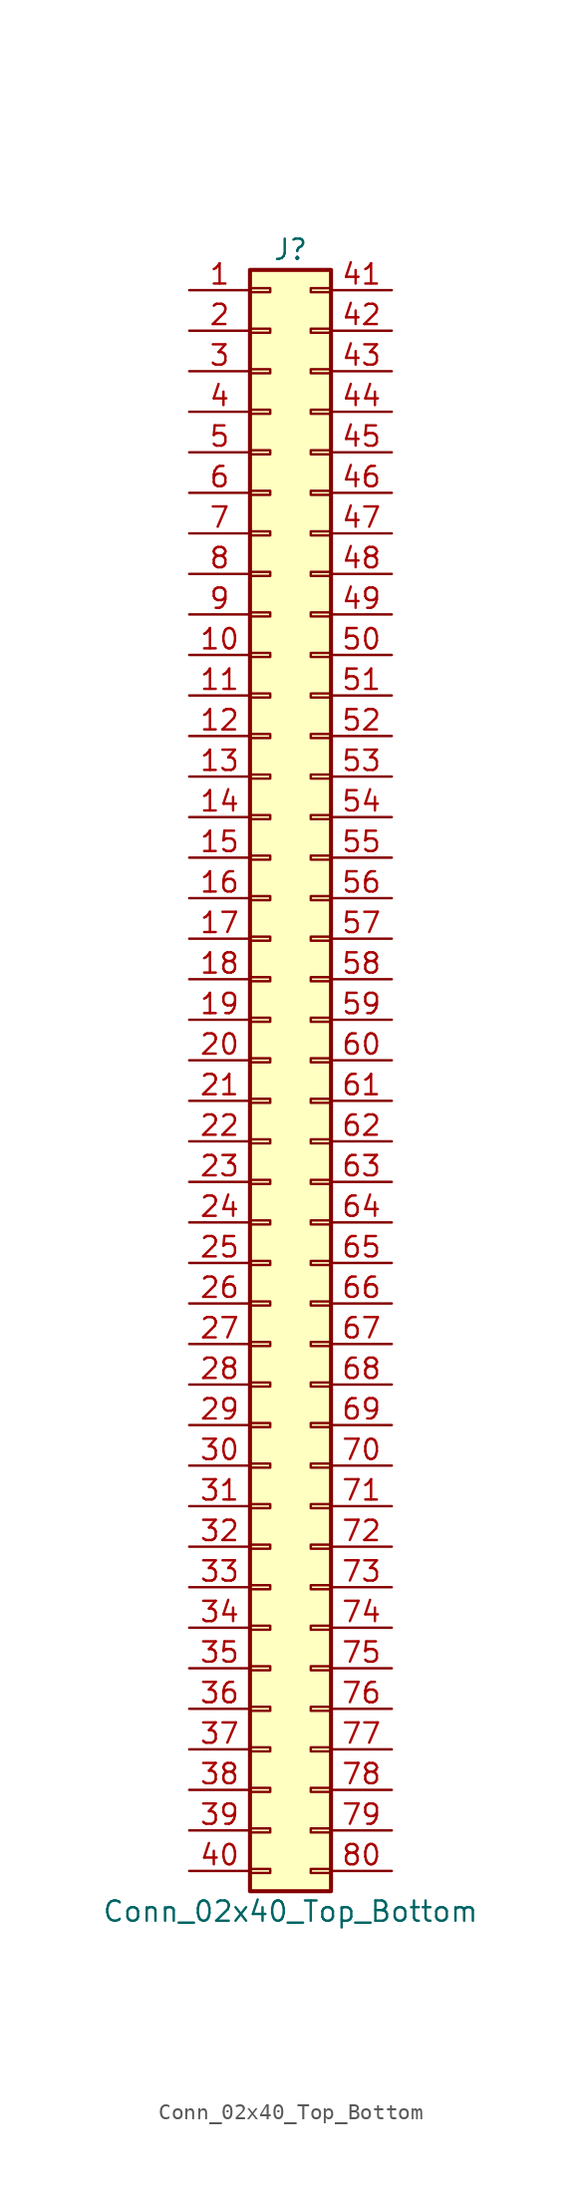
<source format=kicad_sym>
(kicad_symbol_lib
  (version 20201005)
  (generator kicad_symbol_editor)
  (symbol "Connector_Generic:Conn_02x40_Top_Bottom"
    (pin_names
      (offset 1.016) hide)
    (property "Reference" "J"
      (at 1.27 50.8 0)
      (effects (font (size 1.27 1.27))))
    (property "Value" "Conn_02x40_Top_Bottom"
      (at 1.27 -53.34 0)
      (effects (font (size 1.27 1.27))))
    (symbol "Conn_02x40_Top_Bottom_1_1"
      (rectangle (start -1.27 -27.813) (end 0 -28.067) (stroke (width 0.152)) (fill (type none)))
      (rectangle (start -1.27 -30.353) (end 0 -30.607) (stroke (width 0.152)) (fill (type none)))
      (rectangle (start -1.27 -32.893) (end 0 -33.147) (stroke (width 0.152)) (fill (type none)))
      (rectangle (start -1.27 -35.433) (end 0 -35.687) (stroke (width 0.152)) (fill (type none)))
      (rectangle (start -1.27 -37.973) (end 0 -38.227) (stroke (width 0.152)) (fill (type none)))
      (rectangle (start -1.27 -40.513) (end 0 -40.767) (stroke (width 0.152)) (fill (type none)))
      (rectangle (start -1.27 -43.053) (end 0 -43.307) (stroke (width 0.152)) (fill (type none)))
      (rectangle (start -1.27 -45.593) (end 0 -45.847) (stroke (width 0.152)) (fill (type none)))
      (rectangle (start -1.27 -48.133) (end 0 -48.387) (stroke (width 0.152)) (fill (type none)))
      (rectangle (start -1.27 -4.953) (end 0 -5.207) (stroke (width 0.152)) (fill (type none)))
      (rectangle (start -1.27 -50.673) (end 0 -50.927) (stroke (width 0.152)) (fill (type none)))
      (rectangle (start -1.27 -7.493) (end 0 -7.747) (stroke (width 0.152)) (fill (type none)))
      (rectangle (start -1.27 -10.033) (end 0 -10.287) (stroke (width 0.152)) (fill (type none)))
      (rectangle (start -1.27 -12.573) (end 0 -12.827) (stroke (width 0.152)) (fill (type none)))
      (rectangle (start -1.27 -15.113) (end 0 -15.367) (stroke (width 0.152)) (fill (type none)))
      (rectangle (start -1.27 -17.653) (end 0 -17.907) (stroke (width 0.152)) (fill (type none)))
      (rectangle (start -1.27 -20.193) (end 0 -20.447) (stroke (width 0.152)) (fill (type none)))
      (rectangle (start -1.27 -22.733) (end 0 -22.987) (stroke (width 0.152)) (fill (type none)))
      (rectangle (start -1.27 -2.413) (end 0 -2.667) (stroke (width 0.152)) (fill (type none)))
      (rectangle (start -1.27 -25.273) (end 0 -25.527) (stroke (width 0.152)) (fill (type none)))
      (rectangle (start -1.27 25.527) (end 0 25.273) (stroke (width 0.152)) (fill (type none)))
      (rectangle (start -1.27 2.667) (end 0 2.413) (stroke (width 0.152)) (fill (type none)))
      (rectangle (start -1.27 28.067) (end 0 27.813) (stroke (width 0.152)) (fill (type none)))
      (rectangle (start -1.27 30.607) (end 0 30.353) (stroke (width 0.152)) (fill (type none)))
      (rectangle (start -1.27 33.147) (end 0 32.893) (stroke (width 0.152)) (fill (type none)))
      (rectangle (start -1.27 35.687) (end 0 35.433) (stroke (width 0.152)) (fill (type none)))
      (rectangle (start -1.27 38.227) (end 0 37.973) (stroke (width 0.152)) (fill (type none)))
      (rectangle (start -1.27 40.767) (end 0 40.513) (stroke (width 0.152)) (fill (type none)))
      (rectangle (start -1.27 43.307) (end 0 43.053) (stroke (width 0.152)) (fill (type none)))
      (rectangle (start -1.27 45.847) (end 0 45.593) (stroke (width 0.152)) (fill (type none)))
      (rectangle (start -1.27 48.387) (end 0 48.133) (stroke (width 0.152)) (fill (type none)))
      (rectangle (start -1.27 49.53) (end 3.81 -52.07) (stroke (width 0.254)) (fill (type background)))
      (rectangle (start -1.27 5.207) (end 0 4.953) (stroke (width 0.152)) (fill (type none)))
      (rectangle (start -1.27 7.747) (end 0 7.493) (stroke (width 0.152)) (fill (type none)))
      (rectangle (start -1.27 10.287) (end 0 10.033) (stroke (width 0.152)) (fill (type none)))
      (rectangle (start -1.27 0.127) (end 0 -0.127) (stroke (width 0.152)) (fill (type none)))
      (rectangle (start -1.27 12.827) (end 0 12.573) (stroke (width 0.152)) (fill (type none)))
      (rectangle (start -1.27 15.367) (end 0 15.113) (stroke (width 0.152)) (fill (type none)))
      (rectangle (start -1.27 17.907) (end 0 17.653) (stroke (width 0.152)) (fill (type none)))
      (rectangle (start -1.27 20.447) (end 0 20.193) (stroke (width 0.152)) (fill (type none)))
      (rectangle (start -1.27 22.987) (end 0 22.733) (stroke (width 0.152)) (fill (type none)))
      (rectangle (start 3.81 -27.813) (end 2.54 -28.067) (stroke (width 0.152)) (fill (type none)))
      (rectangle (start 3.81 -30.353) (end 2.54 -30.607) (stroke (width 0.152)) (fill (type none)))
      (rectangle (start 3.81 -32.893) (end 2.54 -33.147) (stroke (width 0.152)) (fill (type none)))
      (rectangle (start 3.81 -35.433) (end 2.54 -35.687) (stroke (width 0.152)) (fill (type none)))
      (rectangle (start 3.81 -37.973) (end 2.54 -38.227) (stroke (width 0.152)) (fill (type none)))
      (rectangle (start 3.81 -40.513) (end 2.54 -40.767) (stroke (width 0.152)) (fill (type none)))
      (rectangle (start 3.81 -43.053) (end 2.54 -43.307) (stroke (width 0.152)) (fill (type none)))
      (rectangle (start 3.81 -45.593) (end 2.54 -45.847) (stroke (width 0.152)) (fill (type none)))
      (rectangle (start 3.81 -48.133) (end 2.54 -48.387) (stroke (width 0.152)) (fill (type none)))
      (rectangle (start 3.81 -4.953) (end 2.54 -5.207) (stroke (width 0.152)) (fill (type none)))
      (rectangle (start 3.81 -50.673) (end 2.54 -50.927) (stroke (width 0.152)) (fill (type none)))
      (rectangle (start 3.81 -7.493) (end 2.54 -7.747) (stroke (width 0.152)) (fill (type none)))
      (rectangle (start 3.81 -10.033) (end 2.54 -10.287) (stroke (width 0.152)) (fill (type none)))
      (rectangle (start 3.81 -12.573) (end 2.54 -12.827) (stroke (width 0.152)) (fill (type none)))
      (rectangle (start 3.81 -15.113) (end 2.54 -15.367) (stroke (width 0.152)) (fill (type none)))
      (rectangle (start 3.81 -17.653) (end 2.54 -17.907) (stroke (width 0.152)) (fill (type none)))
      (rectangle (start 3.81 -20.193) (end 2.54 -20.447) (stroke (width 0.152)) (fill (type none)))
      (rectangle (start 3.81 -22.733) (end 2.54 -22.987) (stroke (width 0.152)) (fill (type none)))
      (rectangle (start 3.81 -2.413) (end 2.54 -2.667) (stroke (width 0.152)) (fill (type none)))
      (rectangle (start 3.81 -25.273) (end 2.54 -25.527) (stroke (width 0.152)) (fill (type none)))
      (rectangle (start 3.81 25.527) (end 2.54 25.273) (stroke (width 0.152)) (fill (type none)))
      (rectangle (start 3.81 2.667) (end 2.54 2.413) (stroke (width 0.152)) (fill (type none)))
      (rectangle (start 3.81 28.067) (end 2.54 27.813) (stroke (width 0.152)) (fill (type none)))
      (rectangle (start 3.81 30.607) (end 2.54 30.353) (stroke (width 0.152)) (fill (type none)))
      (rectangle (start 3.81 33.147) (end 2.54 32.893) (stroke (width 0.152)) (fill (type none)))
      (rectangle (start 3.81 35.687) (end 2.54 35.433) (stroke (width 0.152)) (fill (type none)))
      (rectangle (start 3.81 38.227) (end 2.54 37.973) (stroke (width 0.152)) (fill (type none)))
      (rectangle (start 3.81 40.767) (end 2.54 40.513) (stroke (width 0.152)) (fill (type none)))
      (rectangle (start 3.81 43.307) (end 2.54 43.053) (stroke (width 0.152)) (fill (type none)))
      (rectangle (start 3.81 45.847) (end 2.54 45.593) (stroke (width 0.152)) (fill (type none)))
      (rectangle (start 3.81 48.387) (end 2.54 48.133) (stroke (width 0.152)) (fill (type none)))
      (rectangle (start 3.81 5.207) (end 2.54 4.953) (stroke (width 0.152)) (fill (type none)))
      (rectangle (start 3.81 7.747) (end 2.54 7.493) (stroke (width 0.152)) (fill (type none)))
      (rectangle (start 3.81 10.287) (end 2.54 10.033) (stroke (width 0.152)) (fill (type none)))
      (rectangle (start 3.81 0.127) (end 2.54 -0.127) (stroke (width 0.152)) (fill (type none)))
      (rectangle (start 3.81 12.827) (end 2.54 12.573) (stroke (width 0.152)) (fill (type none)))
      (rectangle (start 3.81 15.367) (end 2.54 15.113) (stroke (width 0.152)) (fill (type none)))
      (rectangle (start 3.81 17.907) (end 2.54 17.653) (stroke (width 0.152)) (fill (type none)))
      (rectangle (start 3.81 20.447) (end 2.54 20.193) (stroke (width 0.152)) (fill (type none)))
      (rectangle (start 3.81 22.987) (end 2.54 22.733) (stroke (width 0.152)) (fill (type none)))
      (pin passive line (at -5.08 48.26 0) (length 3.81) (name "Pin_1" (effects (font (size 1.27 1.27)))) (number "1" (effects (font (size 1.27 1.27)))))
      (pin passive line (at -5.08 25.4 0) (length 3.81) (name "Pin_10" (effects (font (size 1.27 1.27)))) (number "10" (effects (font (size 1.27 1.27)))))
      (pin passive line (at -5.08 22.86 0) (length 3.81) (name "Pin_11" (effects (font (size 1.27 1.27)))) (number "11" (effects (font (size 1.27 1.27)))))
      (pin passive line (at -5.08 20.32 0) (length 3.81) (name "Pin_12" (effects (font (size 1.27 1.27)))) (number "12" (effects (font (size 1.27 1.27)))))
      (pin passive line (at -5.08 17.78 0) (length 3.81) (name "Pin_13" (effects (font (size 1.27 1.27)))) (number "13" (effects (font (size 1.27 1.27)))))
      (pin passive line (at -5.08 15.24 0) (length 3.81) (name "Pin_14" (effects (font (size 1.27 1.27)))) (number "14" (effects (font (size 1.27 1.27)))))
      (pin passive line (at -5.08 12.7 0) (length 3.81) (name "Pin_15" (effects (font (size 1.27 1.27)))) (number "15" (effects (font (size 1.27 1.27)))))
      (pin passive line (at -5.08 10.16 0) (length 3.81) (name "Pin_16" (effects (font (size 1.27 1.27)))) (number "16" (effects (font (size 1.27 1.27)))))
      (pin passive line (at -5.08 7.62 0) (length 3.81) (name "Pin_17" (effects (font (size 1.27 1.27)))) (number "17" (effects (font (size 1.27 1.27)))))
      (pin passive line (at -5.08 5.08 0) (length 3.81) (name "Pin_18" (effects (font (size 1.27 1.27)))) (number "18" (effects (font (size 1.27 1.27)))))
      (pin passive line (at -5.08 2.54 0) (length 3.81) (name "Pin_19" (effects (font (size 1.27 1.27)))) (number "19" (effects (font (size 1.27 1.27)))))
      (pin passive line (at -5.08 45.72 0) (length 3.81) (name "Pin_2" (effects (font (size 1.27 1.27)))) (number "2" (effects (font (size 1.27 1.27)))))
      (pin passive line (at -5.08 0 0) (length 3.81) (name "Pin_20" (effects (font (size 1.27 1.27)))) (number "20" (effects (font (size 1.27 1.27)))))
      (pin passive line (at -5.08 -2.54 0) (length 3.81) (name "Pin_21" (effects (font (size 1.27 1.27)))) (number "21" (effects (font (size 1.27 1.27)))))
      (pin passive line (at -5.08 -5.08 0) (length 3.81) (name "Pin_22" (effects (font (size 1.27 1.27)))) (number "22" (effects (font (size 1.27 1.27)))))
      (pin passive line (at -5.08 -7.62 0) (length 3.81) (name "Pin_23" (effects (font (size 1.27 1.27)))) (number "23" (effects (font (size 1.27 1.27)))))
      (pin passive line (at -5.08 -10.16 0) (length 3.81) (name "Pin_24" (effects (font (size 1.27 1.27)))) (number "24" (effects (font (size 1.27 1.27)))))
      (pin passive line (at -5.08 -12.7 0) (length 3.81) (name "Pin_25" (effects (font (size 1.27 1.27)))) (number "25" (effects (font (size 1.27 1.27)))))
      (pin passive line (at -5.08 -15.24 0) (length 3.81) (name "Pin_26" (effects (font (size 1.27 1.27)))) (number "26" (effects (font (size 1.27 1.27)))))
      (pin passive line (at -5.08 -17.78 0) (length 3.81) (name "Pin_27" (effects (font (size 1.27 1.27)))) (number "27" (effects (font (size 1.27 1.27)))))
      (pin passive line (at -5.08 -20.32 0) (length 3.81) (name "Pin_28" (effects (font (size 1.27 1.27)))) (number "28" (effects (font (size 1.27 1.27)))))
      (pin passive line (at -5.08 -22.86 0) (length 3.81) (name "Pin_29" (effects (font (size 1.27 1.27)))) (number "29" (effects (font (size 1.27 1.27)))))
      (pin passive line (at -5.08 43.18 0) (length 3.81) (name "Pin_3" (effects (font (size 1.27 1.27)))) (number "3" (effects (font (size 1.27 1.27)))))
      (pin passive line (at -5.08 -25.4 0) (length 3.81) (name "Pin_30" (effects (font (size 1.27 1.27)))) (number "30" (effects (font (size 1.27 1.27)))))
      (pin passive line (at -5.08 -27.94 0) (length 3.81) (name "Pin_31" (effects (font (size 1.27 1.27)))) (number "31" (effects (font (size 1.27 1.27)))))
      (pin passive line (at -5.08 -30.48 0) (length 3.81) (name "Pin_32" (effects (font (size 1.27 1.27)))) (number "32" (effects (font (size 1.27 1.27)))))
      (pin passive line (at -5.08 -33.02 0) (length 3.81) (name "Pin_33" (effects (font (size 1.27 1.27)))) (number "33" (effects (font (size 1.27 1.27)))))
      (pin passive line (at -5.08 -35.56 0) (length 3.81) (name "Pin_34" (effects (font (size 1.27 1.27)))) (number "34" (effects (font (size 1.27 1.27)))))
      (pin passive line (at -5.08 -38.1 0) (length 3.81) (name "Pin_35" (effects (font (size 1.27 1.27)))) (number "35" (effects (font (size 1.27 1.27)))))
      (pin passive line (at -5.08 -40.64 0) (length 3.81) (name "Pin_36" (effects (font (size 1.27 1.27)))) (number "36" (effects (font (size 1.27 1.27)))))
      (pin passive line (at -5.08 -43.18 0) (length 3.81) (name "Pin_37" (effects (font (size 1.27 1.27)))) (number "37" (effects (font (size 1.27 1.27)))))
      (pin passive line (at -5.08 -45.72 0) (length 3.81) (name "Pin_38" (effects (font (size 1.27 1.27)))) (number "38" (effects (font (size 1.27 1.27)))))
      (pin passive line (at -5.08 -48.26 0) (length 3.81) (name "Pin_39" (effects (font (size 1.27 1.27)))) (number "39" (effects (font (size 1.27 1.27)))))
      (pin passive line (at -5.08 40.64 0) (length 3.81) (name "Pin_4" (effects (font (size 1.27 1.27)))) (number "4" (effects (font (size 1.27 1.27)))))
      (pin passive line (at -5.08 -50.8 0) (length 3.81) (name "Pin_40" (effects (font (size 1.27 1.27)))) (number "40" (effects (font (size 1.27 1.27)))))
      (pin passive line (at 7.62 48.26 180) (length 3.81) (name "Pin_41" (effects (font (size 1.27 1.27)))) (number "41" (effects (font (size 1.27 1.27)))))
      (pin passive line (at 7.62 45.72 180) (length 3.81) (name "Pin_42" (effects (font (size 1.27 1.27)))) (number "42" (effects (font (size 1.27 1.27)))))
      (pin passive line (at 7.62 43.18 180) (length 3.81) (name "Pin_43" (effects (font (size 1.27 1.27)))) (number "43" (effects (font (size 1.27 1.27)))))
      (pin passive line (at 7.62 40.64 180) (length 3.81) (name "Pin_44" (effects (font (size 1.27 1.27)))) (number "44" (effects (font (size 1.27 1.27)))))
      (pin passive line (at 7.62 38.1 180) (length 3.81) (name "Pin_45" (effects (font (size 1.27 1.27)))) (number "45" (effects (font (size 1.27 1.27)))))
      (pin passive line (at 7.62 35.56 180) (length 3.81) (name "Pin_46" (effects (font (size 1.27 1.27)))) (number "46" (effects (font (size 1.27 1.27)))))
      (pin passive line (at 7.62 33.02 180) (length 3.81) (name "Pin_47" (effects (font (size 1.27 1.27)))) (number "47" (effects (font (size 1.27 1.27)))))
      (pin passive line (at 7.62 30.48 180) (length 3.81) (name "Pin_48" (effects (font (size 1.27 1.27)))) (number "48" (effects (font (size 1.27 1.27)))))
      (pin passive line (at 7.62 27.94 180) (length 3.81) (name "Pin_49" (effects (font (size 1.27 1.27)))) (number "49" (effects (font (size 1.27 1.27)))))
      (pin passive line (at -5.08 38.1 0) (length 3.81) (name "Pin_5" (effects (font (size 1.27 1.27)))) (number "5" (effects (font (size 1.27 1.27)))))
      (pin passive line (at 7.62 25.4 180) (length 3.81) (name "Pin_50" (effects (font (size 1.27 1.27)))) (number "50" (effects (font (size 1.27 1.27)))))
      (pin passive line (at 7.62 22.86 180) (length 3.81) (name "Pin_51" (effects (font (size 1.27 1.27)))) (number "51" (effects (font (size 1.27 1.27)))))
      (pin passive line (at 7.62 20.32 180) (length 3.81) (name "Pin_52" (effects (font (size 1.27 1.27)))) (number "52" (effects (font (size 1.27 1.27)))))
      (pin passive line (at 7.62 17.78 180) (length 3.81) (name "Pin_53" (effects (font (size 1.27 1.27)))) (number "53" (effects (font (size 1.27 1.27)))))
      (pin passive line (at 7.62 15.24 180) (length 3.81) (name "Pin_54" (effects (font (size 1.27 1.27)))) (number "54" (effects (font (size 1.27 1.27)))))
      (pin passive line (at 7.62 12.7 180) (length 3.81) (name "Pin_55" (effects (font (size 1.27 1.27)))) (number "55" (effects (font (size 1.27 1.27)))))
      (pin passive line (at 7.62 10.16 180) (length 3.81) (name "Pin_56" (effects (font (size 1.27 1.27)))) (number "56" (effects (font (size 1.27 1.27)))))
      (pin passive line (at 7.62 7.62 180) (length 3.81) (name "Pin_57" (effects (font (size 1.27 1.27)))) (number "57" (effects (font (size 1.27 1.27)))))
      (pin passive line (at 7.62 5.08 180) (length 3.81) (name "Pin_58" (effects (font (size 1.27 1.27)))) (number "58" (effects (font (size 1.27 1.27)))))
      (pin passive line (at 7.62 2.54 180) (length 3.81) (name "Pin_59" (effects (font (size 1.27 1.27)))) (number "59" (effects (font (size 1.27 1.27)))))
      (pin passive line (at -5.08 35.56 0) (length 3.81) (name "Pin_6" (effects (font (size 1.27 1.27)))) (number "6" (effects (font (size 1.27 1.27)))))
      (pin passive line (at 7.62 0 180) (length 3.81) (name "Pin_60" (effects (font (size 1.27 1.27)))) (number "60" (effects (font (size 1.27 1.27)))))
      (pin passive line (at 7.62 -2.54 180) (length 3.81) (name "Pin_61" (effects (font (size 1.27 1.27)))) (number "61" (effects (font (size 1.27 1.27)))))
      (pin passive line (at 7.62 -5.08 180) (length 3.81) (name "Pin_62" (effects (font (size 1.27 1.27)))) (number "62" (effects (font (size 1.27 1.27)))))
      (pin passive line (at 7.62 -7.62 180) (length 3.81) (name "Pin_63" (effects (font (size 1.27 1.27)))) (number "63" (effects (font (size 1.27 1.27)))))
      (pin passive line (at 7.62 -10.16 180) (length 3.81) (name "Pin_64" (effects (font (size 1.27 1.27)))) (number "64" (effects (font (size 1.27 1.27)))))
      (pin passive line (at 7.62 -12.7 180) (length 3.81) (name "Pin_65" (effects (font (size 1.27 1.27)))) (number "65" (effects (font (size 1.27 1.27)))))
      (pin passive line (at 7.62 -15.24 180) (length 3.81) (name "Pin_66" (effects (font (size 1.27 1.27)))) (number "66" (effects (font (size 1.27 1.27)))))
      (pin passive line (at 7.62 -17.78 180) (length 3.81) (name "Pin_67" (effects (font (size 1.27 1.27)))) (number "67" (effects (font (size 1.27 1.27)))))
      (pin passive line (at 7.62 -20.32 180) (length 3.81) (name "Pin_68" (effects (font (size 1.27 1.27)))) (number "68" (effects (font (size 1.27 1.27)))))
      (pin passive line (at 7.62 -22.86 180) (length 3.81) (name "Pin_69" (effects (font (size 1.27 1.27)))) (number "69" (effects (font (size 1.27 1.27)))))
      (pin passive line (at -5.08 33.02 0) (length 3.81) (name "Pin_7" (effects (font (size 1.27 1.27)))) (number "7" (effects (font (size 1.27 1.27)))))
      (pin passive line (at 7.62 -25.4 180) (length 3.81) (name "Pin_70" (effects (font (size 1.27 1.27)))) (number "70" (effects (font (size 1.27 1.27)))))
      (pin passive line (at 7.62 -27.94 180) (length 3.81) (name "Pin_71" (effects (font (size 1.27 1.27)))) (number "71" (effects (font (size 1.27 1.27)))))
      (pin passive line (at 7.62 -30.48 180) (length 3.81) (name "Pin_72" (effects (font (size 1.27 1.27)))) (number "72" (effects (font (size 1.27 1.27)))))
      (pin passive line (at 7.62 -33.02 180) (length 3.81) (name "Pin_73" (effects (font (size 1.27 1.27)))) (number "73" (effects (font (size 1.27 1.27)))))
      (pin passive line (at 7.62 -35.56 180) (length 3.81) (name "Pin_74" (effects (font (size 1.27 1.27)))) (number "74" (effects (font (size 1.27 1.27)))))
      (pin passive line (at 7.62 -38.1 180) (length 3.81) (name "Pin_75" (effects (font (size 1.27 1.27)))) (number "75" (effects (font (size 1.27 1.27)))))
      (pin passive line (at 7.62 -40.64 180) (length 3.81) (name "Pin_76" (effects (font (size 1.27 1.27)))) (number "76" (effects (font (size 1.27 1.27)))))
      (pin passive line (at 7.62 -43.18 180) (length 3.81) (name "Pin_77" (effects (font (size 1.27 1.27)))) (number "77" (effects (font (size 1.27 1.27)))))
      (pin passive line (at 7.62 -45.72 180) (length 3.81) (name "Pin_78" (effects (font (size 1.27 1.27)))) (number "78" (effects (font (size 1.27 1.27)))))
      (pin passive line (at 7.62 -48.26 180) (length 3.81) (name "Pin_79" (effects (font (size 1.27 1.27)))) (number "79" (effects (font (size 1.27 1.27)))))
      (pin passive line (at -5.08 30.48 0) (length 3.81) (name "Pin_8" (effects (font (size 1.27 1.27)))) (number "8" (effects (font (size 1.27 1.27)))))
      (pin passive line (at 7.62 -50.8 180) (length 3.81) (name "Pin_80" (effects (font (size 1.27 1.27)))) (number "80" (effects (font (size 1.27 1.27)))))
      (pin passive line (at -5.08 27.94 0) (length 3.81) (name "Pin_9" (effects (font (size 1.27 1.27)))) (number "9" (effects (font (size 1.27 1.27))))))))
</source>
